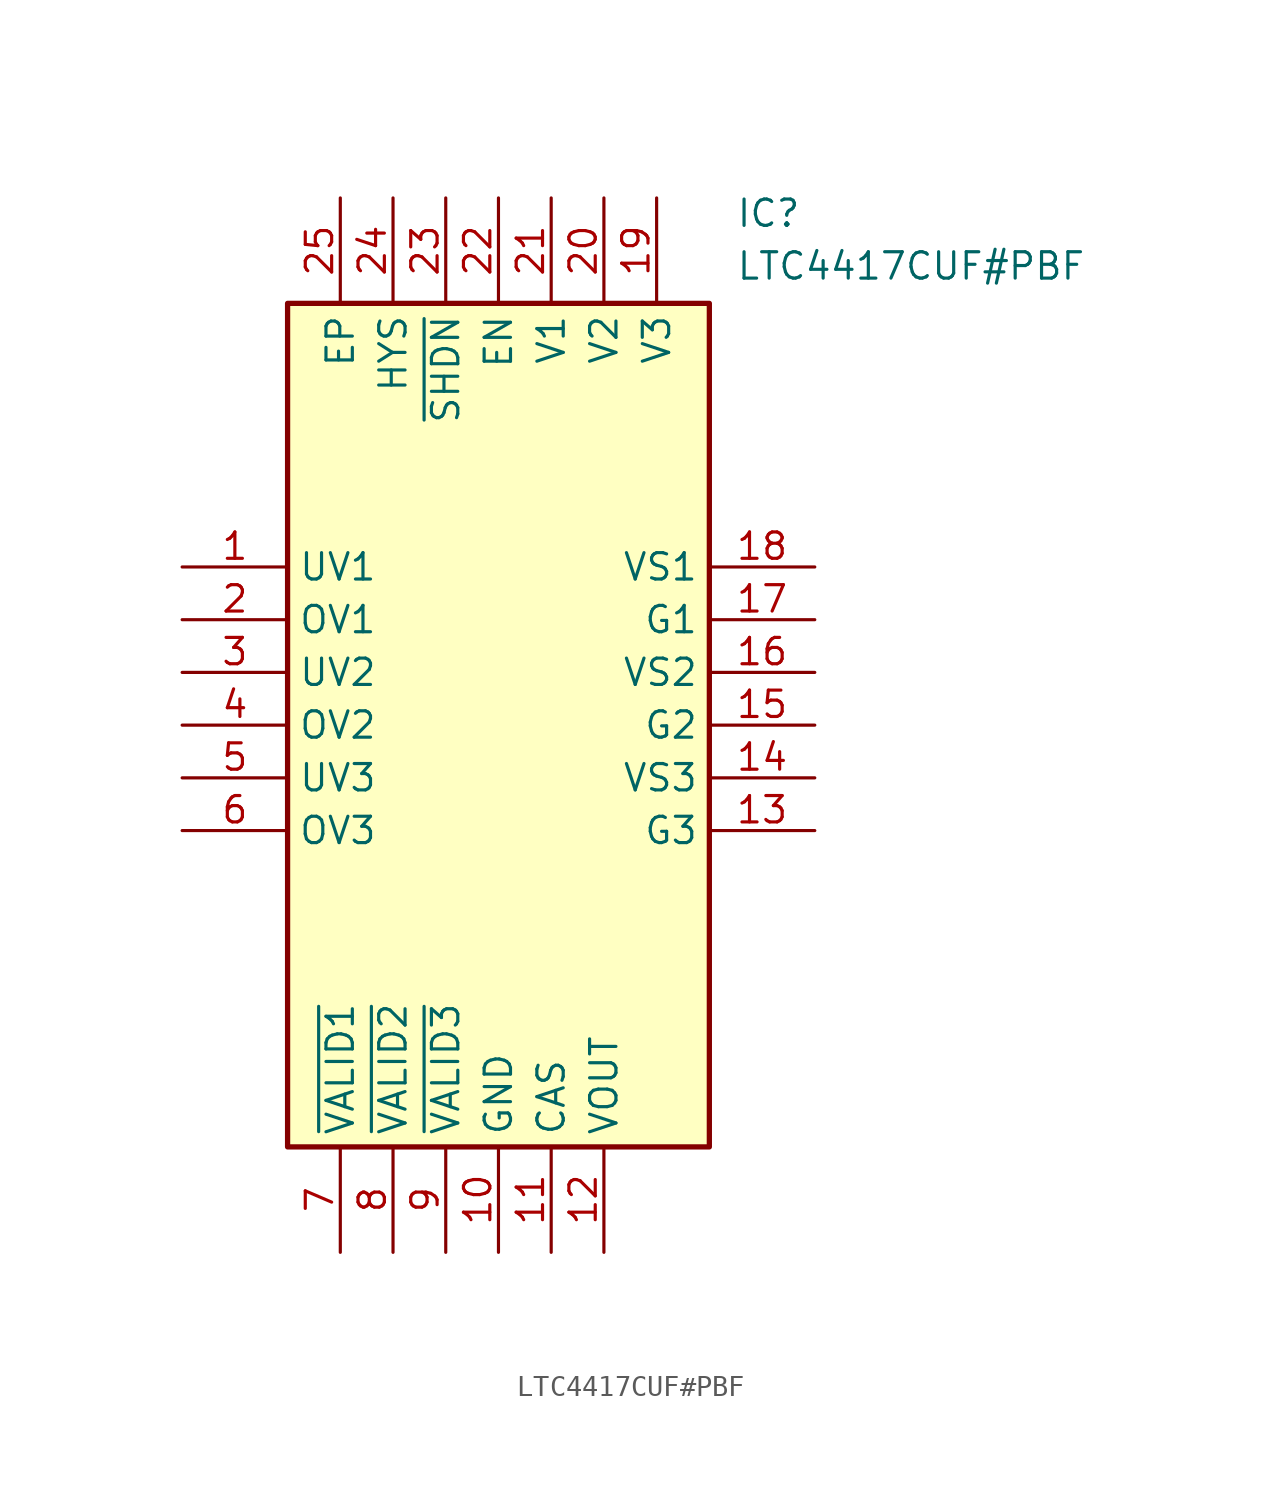
<source format=kicad_sym>
(kicad_symbol_lib
  (version 20211014)
  (generator SamacSys_ECAD_Model)
  (symbol "LTC4417CUF#PBF"
    (property "Reference" "IC"
      (at 26.67 17.78 0)
      (effects (font (size 1.27 1.27)) (justify left top)))
    (property "Value" "LTC4417CUF#PBF"
      (at 26.67 15.24 0)
      (effects (font (size 1.27 1.27)) (justify left top)))
    (rectangle
      (start 5.08 12.7)
      (end 25.4 -27.94)
      (stroke (width 0.254) (type default))
      (fill (type background)))
    (pin passive line
      (at 0 0 0)
      (length 5.08)
      (name "UV1" (effects (font (size 1.27 1.27))))
      (number "1" (effects (font (size 1.27 1.27)))))
    (pin passive line
      (at 0 -2.54 0)
      (length 5.08)
      (name "OV1" (effects (font (size 1.27 1.27))))
      (number "2" (effects (font (size 1.27 1.27)))))
    (pin passive line
      (at 0 -5.08 0)
      (length 5.08)
      (name "UV2" (effects (font (size 1.27 1.27))))
      (number "3" (effects (font (size 1.27 1.27)))))
    (pin passive line
      (at 0 -7.62 0)
      (length 5.08)
      (name "OV2" (effects (font (size 1.27 1.27))))
      (number "4" (effects (font (size 1.27 1.27)))))
    (pin passive line
      (at 0 -10.16 0)
      (length 5.08)
      (name "UV3" (effects (font (size 1.27 1.27))))
      (number "5" (effects (font (size 1.27 1.27)))))
    (pin passive line
      (at 0 -12.7 0)
      (length 5.08)
      (name "OV3" (effects (font (size 1.27 1.27))))
      (number "6" (effects (font (size 1.27 1.27)))))
    (pin passive line
      (at 7.62 -33.02 90)
      (length 5.08)
      (name "~{VALID1}" (effects (font (size 1.27 1.27))))
      (number "7" (effects (font (size 1.27 1.27)))))
    (pin passive line
      (at 10.16 -33.02 90)
      (length 5.08)
      (name "~{VALID2}" (effects (font (size 1.27 1.27))))
      (number "8" (effects (font (size 1.27 1.27)))))
    (pin passive line
      (at 12.7 -33.02 90)
      (length 5.08)
      (name "~{VALID3}" (effects (font (size 1.27 1.27))))
      (number "9" (effects (font (size 1.27 1.27)))))
    (pin passive line
      (at 15.24 -33.02 90)
      (length 5.08)
      (name "GND" (effects (font (size 1.27 1.27))))
      (number "10" (effects (font (size 1.27 1.27)))))
    (pin passive line
      (at 17.78 -33.02 90)
      (length 5.08)
      (name "CAS" (effects (font (size 1.27 1.27))))
      (number "11" (effects (font (size 1.27 1.27)))))
    (pin passive line
      (at 20.32 -33.02 90)
      (length 5.08)
      (name "VOUT" (effects (font (size 1.27 1.27))))
      (number "12" (effects (font (size 1.27 1.27)))))
    (pin passive line
      (at 30.48 0 180)
      (length 5.08)
      (name "VS1" (effects (font (size 1.27 1.27))))
      (number "18" (effects (font (size 1.27 1.27)))))
    (pin passive line
      (at 30.48 -2.54 180)
      (length 5.08)
      (name "G1" (effects (font (size 1.27 1.27))))
      (number "17" (effects (font (size 1.27 1.27)))))
    (pin passive line
      (at 30.48 -5.08 180)
      (length 5.08)
      (name "VS2" (effects (font (size 1.27 1.27))))
      (number "16" (effects (font (size 1.27 1.27)))))
    (pin passive line
      (at 30.48 -7.62 180)
      (length 5.08)
      (name "G2" (effects (font (size 1.27 1.27))))
      (number "15" (effects (font (size 1.27 1.27)))))
    (pin passive line
      (at 30.48 -10.16 180)
      (length 5.08)
      (name "VS3" (effects (font (size 1.27 1.27))))
      (number "14" (effects (font (size 1.27 1.27)))))
    (pin passive line
      (at 30.48 -12.7 180)
      (length 5.08)
      (name "G3" (effects (font (size 1.27 1.27))))
      (number "13" (effects (font (size 1.27 1.27)))))
    (pin passive line
      (at 7.62 17.78 270)
      (length 5.08)
      (name "EP" (effects (font (size 1.27 1.27))))
      (number "25" (effects (font (size 1.27 1.27)))))
    (pin passive line
      (at 10.16 17.78 270)
      (length 5.08)
      (name "HYS" (effects (font (size 1.27 1.27))))
      (number "24" (effects (font (size 1.27 1.27)))))
    (pin passive line
      (at 12.7 17.78 270)
      (length 5.08)
      (name "~{SHDN}" (effects (font (size 1.27 1.27))))
      (number "23" (effects (font (size 1.27 1.27)))))
    (pin passive line
      (at 15.24 17.78 270)
      (length 5.08)
      (name "EN" (effects (font (size 1.27 1.27))))
      (number "22" (effects (font (size 1.27 1.27)))))
    (pin passive line
      (at 17.78 17.78 270)
      (length 5.08)
      (name "V1" (effects (font (size 1.27 1.27))))
      (number "21" (effects (font (size 1.27 1.27)))))
    (pin passive line
      (at 20.32 17.78 270)
      (length 5.08)
      (name "V2" (effects (font (size 1.27 1.27))))
      (number "20" (effects (font (size 1.27 1.27)))))
    (pin passive line
      (at 22.86 17.78 270)
      (length 5.08)
      (name "V3" (effects (font (size 1.27 1.27))))
      (number "19" (effects (font (size 1.27 1.27)))))))
</source>
